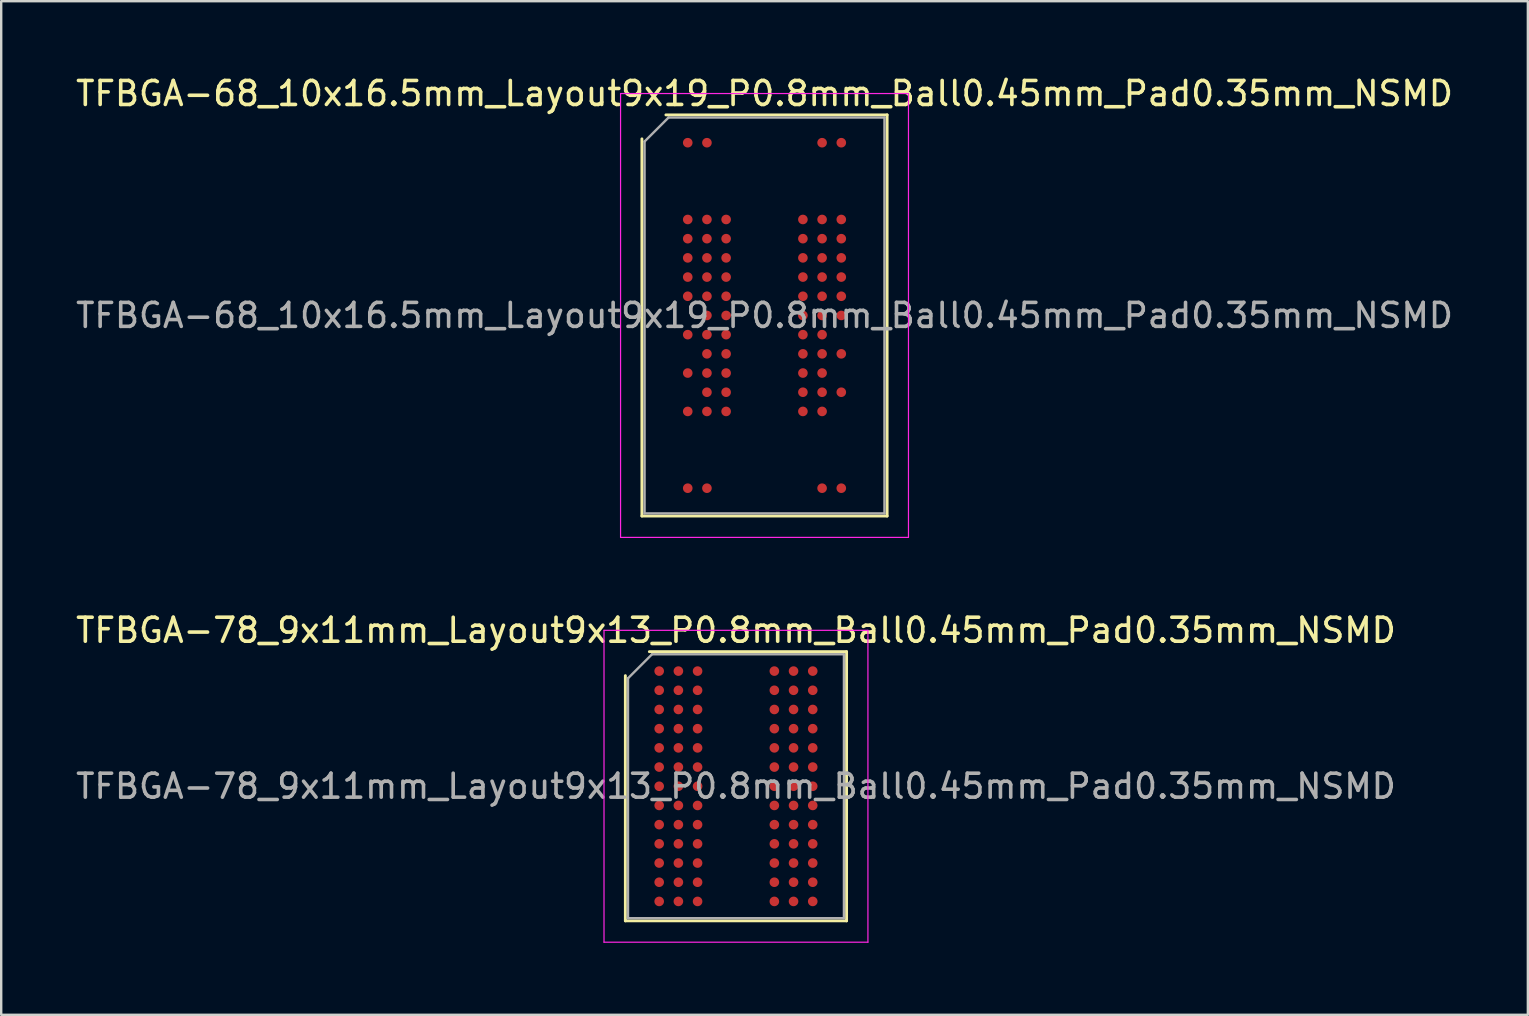
<source format=kicad_pcb>
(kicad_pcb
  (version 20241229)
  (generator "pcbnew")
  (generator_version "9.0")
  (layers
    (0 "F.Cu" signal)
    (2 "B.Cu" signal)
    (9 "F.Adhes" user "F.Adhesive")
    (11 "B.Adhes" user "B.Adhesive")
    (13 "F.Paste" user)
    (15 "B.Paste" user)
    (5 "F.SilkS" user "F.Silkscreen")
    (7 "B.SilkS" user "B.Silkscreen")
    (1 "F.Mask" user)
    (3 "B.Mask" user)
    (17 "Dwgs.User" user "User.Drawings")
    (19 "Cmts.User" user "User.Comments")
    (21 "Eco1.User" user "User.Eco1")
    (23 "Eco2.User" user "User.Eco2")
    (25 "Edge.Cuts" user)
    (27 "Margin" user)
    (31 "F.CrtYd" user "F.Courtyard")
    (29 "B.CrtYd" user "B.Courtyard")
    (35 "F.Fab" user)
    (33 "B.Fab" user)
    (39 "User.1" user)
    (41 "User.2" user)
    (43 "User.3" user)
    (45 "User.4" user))
  (footprint "TFBGA-78_9x11mm_Layout9x13_P0.8mm_Ball0.45mm_Pad0.35mm_NSMD"
    (layer "F.Cu")
    (at 27.625 29.721)
    (property "Reference" "TFBGA-78_9x11mm_Layout9x13_P0.8mm_Ball0.45mm_Pad0.35mm_NSMD" (at 0 -6.5 0) (layer "F.SilkS") (effects (font (size 1 1) (thickness 0.15))))
    (attr smd)
    (fp_line (start -4.61 5.61) (end -4.61 -4.61) (stroke (width 0.12) (type solid)) (layer "F.SilkS"))
    (fp_line (start -3.61 -5.61) (end 4.61 -5.61) (stroke (width 0.12) (type solid)) (layer "F.SilkS"))
    (fp_line (start 4.61 -5.61) (end 4.61 5.61) (stroke (width 0.12) (type solid)) (layer "F.SilkS"))
    (fp_line (start 4.61 5.61) (end -4.61 5.61) (stroke (width 0.12) (type solid)) (layer "F.SilkS"))
    (fp_line (start -5.5 -6.5) (end -5.5 6.5) (stroke (width 0.05) (type solid)) (layer "F.CrtYd"))
    (fp_line (start -5.5 6.5) (end 5.5 6.5) (stroke (width 0.05) (type solid)) (layer "F.CrtYd"))
    (fp_line (start 5.5 -6.5) (end -5.5 -6.5) (stroke (width 0.05) (type solid)) (layer "F.CrtYd"))
    (fp_line (start 5.5 6.5) (end 5.5 -6.5) (stroke (width 0.05) (type solid)) (layer "F.CrtYd"))
    (fp_line (start -4.5 -4.5) (end -3.5 -5.5) (stroke (width 0.1) (type solid)) (layer "F.Fab"))
    (fp_line (start -4.5 5.5) (end -4.5 -4.5) (stroke (width 0.1) (type solid)) (layer "F.Fab"))
    (fp_line (start -3.5 -5.5) (end 4.5 -5.5) (stroke (width 0.1) (type solid)) (layer "F.Fab"))
    (fp_line (start 4.5 -5.5) (end 4.5 5.5) (stroke (width 0.1) (type solid)) (layer "F.Fab"))
    (fp_line (start 4.5 5.5) (end -4.5 5.5) (stroke (width 0.1) (type solid)) (layer "F.Fab"))
    (fp_text user "${REFERENCE}" (at 0 0 0) (layer "F.Fab") (effects (font (size 1 1) (thickness 0.15))))
    (pad "A1" smd circle (at -3.2 -4.8) (size 0.4 0.4) (layers "F.Cu" "F.Mask" "F.Paste"))
    (pad "A2" smd circle (at -2.4 -4.8) (size 0.4 0.4) (layers "F.Cu" "F.Mask" "F.Paste"))
    (pad "A3" smd circle (at -1.6 -4.8) (size 0.4 0.4) (layers "F.Cu" "F.Mask" "F.Paste"))
    (pad "A7" smd circle (at 1.6 -4.8) (size 0.4 0.4) (layers "F.Cu" "F.Mask" "F.Paste"))
    (pad "A8" smd circle (at 2.4 -4.8) (size 0.4 0.4) (layers "F.Cu" "F.Mask" "F.Paste"))
    (pad "A9" smd circle (at 3.2 -4.8) (size 0.4 0.4) (layers "F.Cu" "F.Mask" "F.Paste"))
    (pad "B1" smd circle (at -3.2 -4) (size 0.4 0.4) (layers "F.Cu" "F.Mask" "F.Paste"))
    (pad "B2" smd circle (at -2.4 -4) (size 0.4 0.4) (layers "F.Cu" "F.Mask" "F.Paste"))
    (pad "B3" smd circle (at -1.6 -4) (size 0.4 0.4) (layers "F.Cu" "F.Mask" "F.Paste"))
    (pad "B7" smd circle (at 1.6 -4) (size 0.4 0.4) (layers "F.Cu" "F.Mask" "F.Paste"))
    (pad "B8" smd circle (at 2.4 -4) (size 0.4 0.4) (layers "F.Cu" "F.Mask" "F.Paste"))
    (pad "B9" smd circle (at 3.2 -4) (size 0.4 0.4) (layers "F.Cu" "F.Mask" "F.Paste"))
    (pad "C1" smd circle (at -3.2 -3.2) (size 0.4 0.4) (layers "F.Cu" "F.Mask" "F.Paste"))
    (pad "C2" smd circle (at -2.4 -3.2) (size 0.4 0.4) (layers "F.Cu" "F.Mask" "F.Paste"))
    (pad "C3" smd circle (at -1.6 -3.2) (size 0.4 0.4) (layers "F.Cu" "F.Mask" "F.Paste"))
    (pad "C7" smd circle (at 1.6 -3.2) (size 0.4 0.4) (layers "F.Cu" "F.Mask" "F.Paste"))
    (pad "C8" smd circle (at 2.4 -3.2) (size 0.4 0.4) (layers "F.Cu" "F.Mask" "F.Paste"))
    (pad "C9" smd circle (at 3.2 -3.2) (size 0.4 0.4) (layers "F.Cu" "F.Mask" "F.Paste"))
    (pad "D1" smd circle (at -3.2 -2.4) (size 0.4 0.4) (layers "F.Cu" "F.Mask" "F.Paste"))
    (pad "D2" smd circle (at -2.4 -2.4) (size 0.4 0.4) (layers "F.Cu" "F.Mask" "F.Paste"))
    (pad "D3" smd circle (at -1.6 -2.4) (size 0.4 0.4) (layers "F.Cu" "F.Mask" "F.Paste"))
    (pad "D7" smd circle (at 1.6 -2.4) (size 0.4 0.4) (layers "F.Cu" "F.Mask" "F.Paste"))
    (pad "D8" smd circle (at 2.4 -2.4) (size 0.4 0.4) (layers "F.Cu" "F.Mask" "F.Paste"))
    (pad "D9" smd circle (at 3.2 -2.4) (size 0.4 0.4) (layers "F.Cu" "F.Mask" "F.Paste"))
    (pad "E1" smd circle (at -3.2 -1.6) (size 0.4 0.4) (layers "F.Cu" "F.Mask" "F.Paste"))
    (pad "E2" smd circle (at -2.4 -1.6) (size 0.4 0.4) (layers "F.Cu" "F.Mask" "F.Paste"))
    (pad "E3" smd circle (at -1.6 -1.6) (size 0.4 0.4) (layers "F.Cu" "F.Mask" "F.Paste"))
    (pad "E7" smd circle (at 1.6 -1.6) (size 0.4 0.4) (layers "F.Cu" "F.Mask" "F.Paste"))
    (pad "E8" smd circle (at 2.4 -1.6) (size 0.4 0.4) (layers "F.Cu" "F.Mask" "F.Paste"))
    (pad "E9" smd circle (at 3.2 -1.6) (size 0.4 0.4) (layers "F.Cu" "F.Mask" "F.Paste"))
    (pad "F1" smd circle (at -3.2 -0.8) (size 0.4 0.4) (layers "F.Cu" "F.Mask" "F.Paste"))
    (pad "F2" smd circle (at -2.4 -0.8) (size 0.4 0.4) (layers "F.Cu" "F.Mask" "F.Paste"))
    (pad "F3" smd circle (at -1.6 -0.8) (size 0.4 0.4) (layers "F.Cu" "F.Mask" "F.Paste"))
    (pad "F7" smd circle (at 1.6 -0.8) (size 0.4 0.4) (layers "F.Cu" "F.Mask" "F.Paste"))
    (pad "F8" smd circle (at 2.4 -0.8) (size 0.4 0.4) (layers "F.Cu" "F.Mask" "F.Paste"))
    (pad "F9" smd circle (at 3.2 -0.8) (size 0.4 0.4) (layers "F.Cu" "F.Mask" "F.Paste"))
    (pad "G1" smd circle (at -3.2 0) (size 0.4 0.4) (layers "F.Cu" "F.Mask" "F.Paste"))
    (pad "G2" smd circle (at -2.4 0) (size 0.4 0.4) (layers "F.Cu" "F.Mask" "F.Paste"))
    (pad "G3" smd circle (at -1.6 0) (size 0.4 0.4) (layers "F.Cu" "F.Mask" "F.Paste"))
    (pad "G7" smd circle (at 1.6 0) (size 0.4 0.4) (layers "F.Cu" "F.Mask" "F.Paste"))
    (pad "G8" smd circle (at 2.4 0) (size 0.4 0.4) (layers "F.Cu" "F.Mask" "F.Paste"))
    (pad "G9" smd circle (at 3.2 0) (size 0.4 0.4) (layers "F.Cu" "F.Mask" "F.Paste"))
    (pad "H1" smd circle (at -3.2 0.8) (size 0.4 0.4) (layers "F.Cu" "F.Mask" "F.Paste"))
    (pad "H2" smd circle (at -2.4 0.8) (size 0.4 0.4) (layers "F.Cu" "F.Mask" "F.Paste"))
    (pad "H3" smd circle (at -1.6 0.8) (size 0.4 0.4) (layers "F.Cu" "F.Mask" "F.Paste"))
    (pad "H7" smd circle (at 1.6 0.8) (size 0.4 0.4) (layers "F.Cu" "F.Mask" "F.Paste"))
    (pad "H8" smd circle (at 2.4 0.8) (size 0.4 0.4) (layers "F.Cu" "F.Mask" "F.Paste"))
    (pad "H9" smd circle (at 3.2 0.8) (size 0.4 0.4) (layers "F.Cu" "F.Mask" "F.Paste"))
    (pad "J1" smd circle (at -3.2 1.6) (size 0.4 0.4) (layers "F.Cu" "F.Mask" "F.Paste"))
    (pad "J2" smd circle (at -2.4 1.6) (size 0.4 0.4) (layers "F.Cu" "F.Mask" "F.Paste"))
    (pad "J3" smd circle (at -1.6 1.6) (size 0.4 0.4) (layers "F.Cu" "F.Mask" "F.Paste"))
    (pad "J7" smd circle (at 1.6 1.6) (size 0.4 0.4) (layers "F.Cu" "F.Mask" "F.Paste"))
    (pad "J8" smd circle (at 2.4 1.6) (size 0.4 0.4) (layers "F.Cu" "F.Mask" "F.Paste"))
    (pad "J9" smd circle (at 3.2 1.6) (size 0.4 0.4) (layers "F.Cu" "F.Mask" "F.Paste"))
    (pad "K1" smd circle (at -3.2 2.4) (size 0.4 0.4) (layers "F.Cu" "F.Mask" "F.Paste"))
    (pad "K2" smd circle (at -2.4 2.4) (size 0.4 0.4) (layers "F.Cu" "F.Mask" "F.Paste"))
    (pad "K3" smd circle (at -1.6 2.4) (size 0.4 0.4) (layers "F.Cu" "F.Mask" "F.Paste"))
    (pad "K7" smd circle (at 1.6 2.4) (size 0.4 0.4) (layers "F.Cu" "F.Mask" "F.Paste"))
    (pad "K8" smd circle (at 2.4 2.4) (size 0.4 0.4) (layers "F.Cu" "F.Mask" "F.Paste"))
    (pad "K9" smd circle (at 3.2 2.4) (size 0.4 0.4) (layers "F.Cu" "F.Mask" "F.Paste"))
    (pad "L1" smd circle (at -3.2 3.2) (size 0.4 0.4) (layers "F.Cu" "F.Mask" "F.Paste"))
    (pad "L2" smd circle (at -2.4 3.2) (size 0.4 0.4) (layers "F.Cu" "F.Mask" "F.Paste"))
    (pad "L3" smd circle (at -1.6 3.2) (size 0.4 0.4) (layers "F.Cu" "F.Mask" "F.Paste"))
    (pad "L7" smd circle (at 1.6 3.2) (size 0.4 0.4) (layers "F.Cu" "F.Mask" "F.Paste"))
    (pad "L8" smd circle (at 2.4 3.2) (size 0.4 0.4) (layers "F.Cu" "F.Mask" "F.Paste"))
    (pad "L9" smd circle (at 3.2 3.2) (size 0.4 0.4) (layers "F.Cu" "F.Mask" "F.Paste"))
    (pad "M1" smd circle (at -3.2 4) (size 0.4 0.4) (layers "F.Cu" "F.Mask" "F.Paste"))
    (pad "M2" smd circle (at -2.4 4) (size 0.4 0.4) (layers "F.Cu" "F.Mask" "F.Paste"))
    (pad "M3" smd circle (at -1.6 4) (size 0.4 0.4) (layers "F.Cu" "F.Mask" "F.Paste"))
    (pad "M7" smd circle (at 1.6 4) (size 0.4 0.4) (layers "F.Cu" "F.Mask" "F.Paste"))
    (pad "M8" smd circle (at 2.4 4) (size 0.4 0.4) (layers "F.Cu" "F.Mask" "F.Paste"))
    (pad "M9" smd circle (at 3.2 4) (size 0.4 0.4) (layers "F.Cu" "F.Mask" "F.Paste"))
    (pad "N1" smd circle (at -3.2 4.8) (size 0.4 0.4) (layers "F.Cu" "F.Mask" "F.Paste"))
    (pad "N2" smd circle (at -2.4 4.8) (size 0.4 0.4) (layers "F.Cu" "F.Mask" "F.Paste"))
    (pad "N3" smd circle (at -1.6 4.8) (size 0.4 0.4) (layers "F.Cu" "F.Mask" "F.Paste"))
    (pad "N7" smd circle (at 1.6 4.8) (size 0.4 0.4) (layers "F.Cu" "F.Mask" "F.Paste"))
    (pad "N8" smd circle (at 2.4 4.8) (size 0.4 0.4) (layers "F.Cu" "F.Mask" "F.Paste"))
    (pad "N9" smd circle (at 3.2 4.8) (size 0.4 0.4) (layers "F.Cu" "F.Mask" "F.Paste")))
  (footprint "TFBGA-68_10x16.5mm_Layout9x19_P0.8mm_Ball0.45mm_Pad0.35mm_NSMD"
    (layer "F.Cu")
    (at 28.815 10.098)
    (property "Reference" "TFBGA-68_10x16.5mm_Layout9x19_P0.8mm_Ball0.45mm_Pad0.35mm_NSMD" (at 0 -9.25 0) (layer "F.SilkS") (effects (font (size 1 1) (thickness 0.15))))
    (attr smd)
    (fp_line (start -5.11 8.36) (end -5.11 -7.36) (stroke (width 0.12) (type solid)) (layer "F.SilkS"))
    (fp_line (start -4.11 -8.36) (end 5.11 -8.36) (stroke (width 0.12) (type solid)) (layer "F.SilkS"))
    (fp_line (start 5.11 -8.36) (end 5.11 8.36) (stroke (width 0.12) (type solid)) (layer "F.SilkS"))
    (fp_line (start 5.11 8.36) (end -5.11 8.36) (stroke (width 0.12) (type solid)) (layer "F.SilkS"))
    (fp_line (start -6 -9.25) (end -6 9.25) (stroke (width 0.05) (type solid)) (layer "F.CrtYd"))
    (fp_line (start -6 9.25) (end 6 9.25) (stroke (width 0.05) (type solid)) (layer "F.CrtYd"))
    (fp_line (start 6 -9.25) (end -6 -9.25) (stroke (width 0.05) (type solid)) (layer "F.CrtYd"))
    (fp_line (start 6 9.25) (end 6 -9.25) (stroke (width 0.05) (type solid)) (layer "F.CrtYd"))
    (fp_line (start -5 -7.25) (end -4 -8.25) (stroke (width 0.1) (type solid)) (layer "F.Fab"))
    (fp_line (start -5 8.25) (end -5 -7.25) (stroke (width 0.1) (type solid)) (layer "F.Fab"))
    (fp_line (start -4 -8.25) (end 5 -8.25) (stroke (width 0.1) (type solid)) (layer "F.Fab"))
    (fp_line (start 5 -8.25) (end 5 8.25) (stroke (width 0.1) (type solid)) (layer "F.Fab"))
    (fp_line (start 5 8.25) (end -5 8.25) (stroke (width 0.1) (type solid)) (layer "F.Fab"))
    (fp_text user "${REFERENCE}" (at 0 0 0) (layer "F.Fab") (effects (font (size 1 1) (thickness 0.15))))
    (pad "A1" smd circle (at -3.2 -7.2) (size 0.4 0.4) (layers "F.Cu" "F.Mask" "F.Paste"))
    (pad "A2" smd circle (at -2.4 -7.2) (size 0.4 0.4) (layers "F.Cu" "F.Mask" "F.Paste"))
    (pad "A8" smd circle (at 2.4 -7.2) (size 0.4 0.4) (layers "F.Cu" "F.Mask" "F.Paste"))
    (pad "A9" smd circle (at 3.2 -7.2) (size 0.4 0.4) (layers "F.Cu" "F.Mask" "F.Paste"))
    (pad "E1" smd circle (at -3.2 -4) (size 0.4 0.4) (layers "F.Cu" "F.Mask" "F.Paste"))
    (pad "E2" smd circle (at -2.4 -4) (size 0.4 0.4) (layers "F.Cu" "F.Mask" "F.Paste"))
    (pad "E3" smd circle (at -1.6 -4) (size 0.4 0.4) (layers "F.Cu" "F.Mask" "F.Paste"))
    (pad "E7" smd circle (at 1.6 -4) (size 0.4 0.4) (layers "F.Cu" "F.Mask" "F.Paste"))
    (pad "E8" smd circle (at 2.4 -4) (size 0.4 0.4) (layers "F.Cu" "F.Mask" "F.Paste"))
    (pad "E9" smd circle (at 3.2 -4) (size 0.4 0.4) (layers "F.Cu" "F.Mask" "F.Paste"))
    (pad "F1" smd circle (at -3.2 -3.2) (size 0.4 0.4) (layers "F.Cu" "F.Mask" "F.Paste"))
    (pad "F2" smd circle (at -2.4 -3.2) (size 0.4 0.4) (layers "F.Cu" "F.Mask" "F.Paste"))
    (pad "F3" smd circle (at -1.6 -3.2) (size 0.4 0.4) (layers "F.Cu" "F.Mask" "F.Paste"))
    (pad "F7" smd circle (at 1.6 -3.2) (size 0.4 0.4) (layers "F.Cu" "F.Mask" "F.Paste"))
    (pad "F8" smd circle (at 2.4 -3.2) (size 0.4 0.4) (layers "F.Cu" "F.Mask" "F.Paste"))
    (pad "F9" smd circle (at 3.2 -3.2) (size 0.4 0.4) (layers "F.Cu" "F.Mask" "F.Paste"))
    (pad "G1" smd circle (at -3.2 -2.4) (size 0.4 0.4) (layers "F.Cu" "F.Mask" "F.Paste"))
    (pad "G2" smd circle (at -2.4 -2.4) (size 0.4 0.4) (layers "F.Cu" "F.Mask" "F.Paste"))
    (pad "G3" smd circle (at -1.6 -2.4) (size 0.4 0.4) (layers "F.Cu" "F.Mask" "F.Paste"))
    (pad "G7" smd circle (at 1.6 -2.4) (size 0.4 0.4) (layers "F.Cu" "F.Mask" "F.Paste"))
    (pad "G8" smd circle (at 2.4 -2.4) (size 0.4 0.4) (layers "F.Cu" "F.Mask" "F.Paste"))
    (pad "G9" smd circle (at 3.2 -2.4) (size 0.4 0.4) (layers "F.Cu" "F.Mask" "F.Paste"))
    (pad "H1" smd circle (at -3.2 -1.6) (size 0.4 0.4) (layers "F.Cu" "F.Mask" "F.Paste"))
    (pad "H2" smd circle (at -2.4 -1.6) (size 0.4 0.4) (layers "F.Cu" "F.Mask" "F.Paste"))
    (pad "H3" smd circle (at -1.6 -1.6) (size 0.4 0.4) (layers "F.Cu" "F.Mask" "F.Paste"))
    (pad "H7" smd circle (at 1.6 -1.6) (size 0.4 0.4) (layers "F.Cu" "F.Mask" "F.Paste"))
    (pad "H8" smd circle (at 2.4 -1.6) (size 0.4 0.4) (layers "F.Cu" "F.Mask" "F.Paste"))
    (pad "H9" smd circle (at 3.2 -1.6) (size 0.4 0.4) (layers "F.Cu" "F.Mask" "F.Paste"))
    (pad "J1" smd circle (at -3.2 -0.8) (size 0.4 0.4) (layers "F.Cu" "F.Mask" "F.Paste"))
    (pad "J2" smd circle (at -2.4 -0.8) (size 0.4 0.4) (layers "F.Cu" "F.Mask" "F.Paste"))
    (pad "J3" smd circle (at -1.6 -0.8) (size 0.4 0.4) (layers "F.Cu" "F.Mask" "F.Paste"))
    (pad "J7" smd circle (at 1.6 -0.8) (size 0.4 0.4) (layers "F.Cu" "F.Mask" "F.Paste"))
    (pad "J8" smd circle (at 2.4 -0.8) (size 0.4 0.4) (layers "F.Cu" "F.Mask" "F.Paste"))
    (pad "J9" smd circle (at 3.2 -0.8) (size 0.4 0.4) (layers "F.Cu" "F.Mask" "F.Paste"))
    (pad "K2" smd circle (at -2.4 0) (size 0.4 0.4) (layers "F.Cu" "F.Mask" "F.Paste"))
    (pad "K3" smd circle (at -1.6 0) (size 0.4 0.4) (layers "F.Cu" "F.Mask" "F.Paste"))
    (pad "K7" smd circle (at 1.6 0) (size 0.4 0.4) (layers "F.Cu" "F.Mask" "F.Paste"))
    (pad "K8" smd circle (at 2.4 0) (size 0.4 0.4) (layers "F.Cu" "F.Mask" "F.Paste"))
    (pad "K9" smd circle (at 3.2 0) (size 0.4 0.4) (layers "F.Cu" "F.Mask" "F.Paste"))
    (pad "L1" smd circle (at -3.2 0.8) (size 0.4 0.4) (layers "F.Cu" "F.Mask" "F.Paste"))
    (pad "L2" smd circle (at -2.4 0.8) (size 0.4 0.4) (layers "F.Cu" "F.Mask" "F.Paste"))
    (pad "L3" smd circle (at -1.6 0.8) (size 0.4 0.4) (layers "F.Cu" "F.Mask" "F.Paste"))
    (pad "L7" smd circle (at 1.6 0.8) (size 0.4 0.4) (layers "F.Cu" "F.Mask" "F.Paste"))
    (pad "L8" smd circle (at 2.4 0.8) (size 0.4 0.4) (layers "F.Cu" "F.Mask" "F.Paste"))
    (pad "M2" smd circle (at -2.4 1.6) (size 0.4 0.4) (layers "F.Cu" "F.Mask" "F.Paste"))
    (pad "M3" smd circle (at -1.6 1.6) (size 0.4 0.4) (layers "F.Cu" "F.Mask" "F.Paste"))
    (pad "M7" smd circle (at 1.6 1.6) (size 0.4 0.4) (layers "F.Cu" "F.Mask" "F.Paste"))
    (pad "M8" smd circle (at 2.4 1.6) (size 0.4 0.4) (layers "F.Cu" "F.Mask" "F.Paste"))
    (pad "M9" smd circle (at 3.2 1.6) (size 0.4 0.4) (layers "F.Cu" "F.Mask" "F.Paste"))
    (pad "N1" smd circle (at -3.2 2.4) (size 0.4 0.4) (layers "F.Cu" "F.Mask" "F.Paste"))
    (pad "N2" smd circle (at -2.4 2.4) (size 0.4 0.4) (layers "F.Cu" "F.Mask" "F.Paste"))
    (pad "N3" smd circle (at -1.6 2.4) (size 0.4 0.4) (layers "F.Cu" "F.Mask" "F.Paste"))
    (pad "N7" smd circle (at 1.6 2.4) (size 0.4 0.4) (layers "F.Cu" "F.Mask" "F.Paste"))
    (pad "N8" smd circle (at 2.4 2.4) (size 0.4 0.4) (layers "F.Cu" "F.Mask" "F.Paste"))
    (pad "P2" smd circle (at -2.4 3.2) (size 0.4 0.4) (layers "F.Cu" "F.Mask" "F.Paste"))
    (pad "P3" smd circle (at -1.6 3.2) (size 0.4 0.4) (layers "F.Cu" "F.Mask" "F.Paste"))
    (pad "P7" smd circle (at 1.6 3.2) (size 0.4 0.4) (layers "F.Cu" "F.Mask" "F.Paste"))
    (pad "P8" smd circle (at 2.4 3.2) (size 0.4 0.4) (layers "F.Cu" "F.Mask" "F.Paste"))
    (pad "P9" smd circle (at 3.2 3.2) (size 0.4 0.4) (layers "F.Cu" "F.Mask" "F.Paste"))
    (pad "R1" smd circle (at -3.2 4) (size 0.4 0.4) (layers "F.Cu" "F.Mask" "F.Paste"))
    (pad "R2" smd circle (at -2.4 4) (size 0.4 0.4) (layers "F.Cu" "F.Mask" "F.Paste"))
    (pad "R3" smd circle (at -1.6 4) (size 0.4 0.4) (layers "F.Cu" "F.Mask" "F.Paste"))
    (pad "R7" smd circle (at 1.6 4) (size 0.4 0.4) (layers "F.Cu" "F.Mask" "F.Paste"))
    (pad "R8" smd circle (at 2.4 4) (size 0.4 0.4) (layers "F.Cu" "F.Mask" "F.Paste"))
    (pad "W1" smd circle (at -3.2 7.2) (size 0.4 0.4) (layers "F.Cu" "F.Mask" "F.Paste"))
    (pad "W2" smd circle (at -2.4 7.2) (size 0.4 0.4) (layers "F.Cu" "F.Mask" "F.Paste"))
    (pad "W8" smd circle (at 2.4 7.2) (size 0.4 0.4) (layers "F.Cu" "F.Mask" "F.Paste"))
    (pad "W9" smd circle (at 3.2 7.2) (size 0.4 0.4) (layers "F.Cu" "F.Mask" "F.Paste")))
  (gr_rect
    (start -3 -3)
    (end 60.631 39.246)
    (stroke (width 0.1) (type default))
    (fill no)
    (layer "Edge.Cuts")))
</source>
